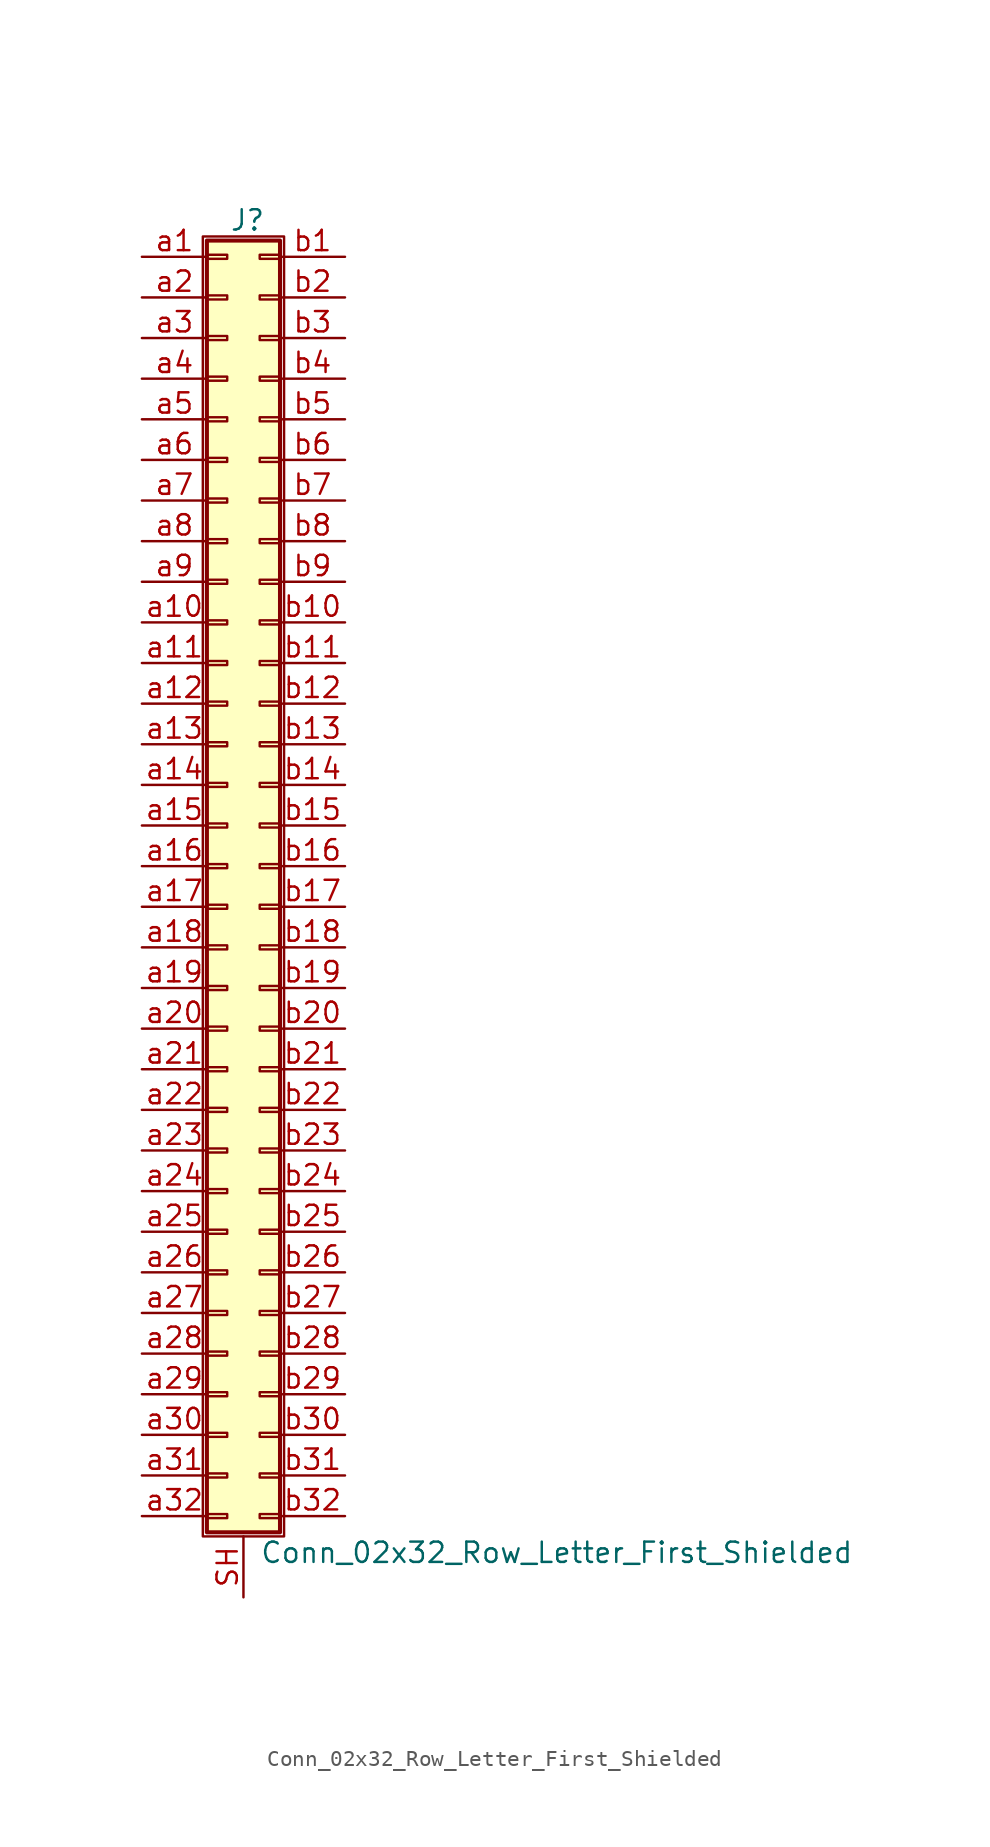
<source format=kicad_sym>
(kicad_symbol_lib
  (version 20211014)
  (generator kicad_symbol_editor)
  (symbol "Conn_02x32_Row_Letter_First_Shielded"
    (pin_names
      (offset 1.016) hide)
    (property "Reference" "J"
      (at 1.524 40.386 0)
      (effects (font (size 1.27 1.27))))
    (property "Value" "Conn_02x32_Row_Letter_First_Shielded"
      (at 2.286 -42.926 0)
      (effects (font (size 1.27 1.27)) (justify left)))
    (symbol "Conn_02x32_Row_Letter_First_Shielded_1_1"
      (rectangle (start -1.27 39.37) (end 3.81 -41.91) (stroke (width 0.152) (type default) (color 0 0 0 0)) (fill (type none)))
      (rectangle (start -1.016 -40.513) (end 0.254 -40.767) (stroke (width 0.152) (type default) (color 0 0 0 0)) (fill (type none)))
      (rectangle (start -1.016 -37.973) (end 0.254 -38.227) (stroke (width 0.152) (type default) (color 0 0 0 0)) (fill (type none)))
      (rectangle (start -1.016 -35.433) (end 0.254 -35.687) (stroke (width 0.152) (type default) (color 0 0 0 0)) (fill (type none)))
      (rectangle (start -1.016 -32.893) (end 0.254 -33.147) (stroke (width 0.152) (type default) (color 0 0 0 0)) (fill (type none)))
      (rectangle (start -1.016 -30.353) (end 0.254 -30.607) (stroke (width 0.152) (type default) (color 0 0 0 0)) (fill (type none)))
      (rectangle (start -1.016 -27.813) (end 0.254 -28.067) (stroke (width 0.152) (type default) (color 0 0 0 0)) (fill (type none)))
      (rectangle (start -1.016 -25.273) (end 0.254 -25.527) (stroke (width 0.152) (type default) (color 0 0 0 0)) (fill (type none)))
      (rectangle (start -1.016 -22.733) (end 0.254 -22.987) (stroke (width 0.152) (type default) (color 0 0 0 0)) (fill (type none)))
      (rectangle (start -1.016 -20.193) (end 0.254 -20.447) (stroke (width 0.152) (type default) (color 0 0 0 0)) (fill (type none)))
      (rectangle (start -1.016 -17.653) (end 0.254 -17.907) (stroke (width 0.152) (type default) (color 0 0 0 0)) (fill (type none)))
      (rectangle (start -1.016 -15.113) (end 0.254 -15.367) (stroke (width 0.152) (type default) (color 0 0 0 0)) (fill (type none)))
      (rectangle (start -1.016 -12.573) (end 0.254 -12.827) (stroke (width 0.152) (type default) (color 0 0 0 0)) (fill (type none)))
      (rectangle (start -1.016 -10.033) (end 0.254 -10.287) (stroke (width 0.152) (type default) (color 0 0 0 0)) (fill (type none)))
      (rectangle (start -1.016 -7.493) (end 0.254 -7.747) (stroke (width 0.152) (type default) (color 0 0 0 0)) (fill (type none)))
      (rectangle (start -1.016 -4.953) (end 0.254 -5.207) (stroke (width 0.152) (type default) (color 0 0 0 0)) (fill (type none)))
      (rectangle (start -1.016 -2.413) (end 0.254 -2.667) (stroke (width 0.152) (type default) (color 0 0 0 0)) (fill (type none)))
      (rectangle (start -1.016 0.127) (end 0.254 -0.127) (stroke (width 0.152) (type default) (color 0 0 0 0)) (fill (type none)))
      (rectangle (start -1.016 2.667) (end 0.254 2.413) (stroke (width 0.152) (type default) (color 0 0 0 0)) (fill (type none)))
      (rectangle (start -1.016 5.207) (end 0.254 4.953) (stroke (width 0.152) (type default) (color 0 0 0 0)) (fill (type none)))
      (rectangle (start -1.016 7.747) (end 0.254 7.493) (stroke (width 0.152) (type default) (color 0 0 0 0)) (fill (type none)))
      (rectangle (start -1.016 10.287) (end 0.254 10.033) (stroke (width 0.152) (type default) (color 0 0 0 0)) (fill (type none)))
      (rectangle (start -1.016 12.827) (end 0.254 12.573) (stroke (width 0.152) (type default) (color 0 0 0 0)) (fill (type none)))
      (rectangle (start -1.016 15.367) (end 0.254 15.113) (stroke (width 0.152) (type default) (color 0 0 0 0)) (fill (type none)))
      (rectangle (start -1.016 17.907) (end 0.254 17.653) (stroke (width 0.152) (type default) (color 0 0 0 0)) (fill (type none)))
      (rectangle (start -1.016 20.447) (end 0.254 20.193) (stroke (width 0.152) (type default) (color 0 0 0 0)) (fill (type none)))
      (rectangle (start -1.016 22.987) (end 0.254 22.733) (stroke (width 0.152) (type default) (color 0 0 0 0)) (fill (type none)))
      (rectangle (start -1.016 25.527) (end 0.254 25.273) (stroke (width 0.152) (type default) (color 0 0 0 0)) (fill (type none)))
      (rectangle (start -1.016 28.067) (end 0.254 27.813) (stroke (width 0.152) (type default) (color 0 0 0 0)) (fill (type none)))
      (rectangle (start -1.016 30.607) (end 0.254 30.353) (stroke (width 0.152) (type default) (color 0 0 0 0)) (fill (type none)))
      (rectangle (start -1.016 33.147) (end 0.254 32.893) (stroke (width 0.152) (type default) (color 0 0 0 0)) (fill (type none)))
      (rectangle (start -1.016 35.687) (end 0.254 35.433) (stroke (width 0.152) (type default) (color 0 0 0 0)) (fill (type none)))
      (rectangle (start -1.016 38.227) (end 0.254 37.973) (stroke (width 0.152) (type default) (color 0 0 0 0)) (fill (type none)))
      (rectangle (start -1.016 39.116) (end 3.556 -41.656) (stroke (width 0.254) (type default) (color 0 0 0 0)) (fill (type background)))
      (rectangle (start 3.556 -40.513) (end 2.286 -40.767) (stroke (width 0.152) (type default) (color 0 0 0 0)) (fill (type none)))
      (rectangle (start 3.556 -37.973) (end 2.286 -38.227) (stroke (width 0.152) (type default) (color 0 0 0 0)) (fill (type none)))
      (rectangle (start 3.556 -35.433) (end 2.286 -35.687) (stroke (width 0.152) (type default) (color 0 0 0 0)) (fill (type none)))
      (rectangle (start 3.556 -32.893) (end 2.286 -33.147) (stroke (width 0.152) (type default) (color 0 0 0 0)) (fill (type none)))
      (rectangle (start 3.556 -30.353) (end 2.286 -30.607) (stroke (width 0.152) (type default) (color 0 0 0 0)) (fill (type none)))
      (rectangle (start 3.556 -27.813) (end 2.286 -28.067) (stroke (width 0.152) (type default) (color 0 0 0 0)) (fill (type none)))
      (rectangle (start 3.556 -25.273) (end 2.286 -25.527) (stroke (width 0.152) (type default) (color 0 0 0 0)) (fill (type none)))
      (rectangle (start 3.556 -22.733) (end 2.286 -22.987) (stroke (width 0.152) (type default) (color 0 0 0 0)) (fill (type none)))
      (rectangle (start 3.556 -20.193) (end 2.286 -20.447) (stroke (width 0.152) (type default) (color 0 0 0 0)) (fill (type none)))
      (rectangle (start 3.556 -17.653) (end 2.286 -17.907) (stroke (width 0.152) (type default) (color 0 0 0 0)) (fill (type none)))
      (rectangle (start 3.556 -15.113) (end 2.286 -15.367) (stroke (width 0.152) (type default) (color 0 0 0 0)) (fill (type none)))
      (rectangle (start 3.556 -12.573) (end 2.286 -12.827) (stroke (width 0.152) (type default) (color 0 0 0 0)) (fill (type none)))
      (rectangle (start 3.556 -10.033) (end 2.286 -10.287) (stroke (width 0.152) (type default) (color 0 0 0 0)) (fill (type none)))
      (rectangle (start 3.556 -7.493) (end 2.286 -7.747) (stroke (width 0.152) (type default) (color 0 0 0 0)) (fill (type none)))
      (rectangle (start 3.556 -4.953) (end 2.286 -5.207) (stroke (width 0.152) (type default) (color 0 0 0 0)) (fill (type none)))
      (rectangle (start 3.556 -2.413) (end 2.286 -2.667) (stroke (width 0.152) (type default) (color 0 0 0 0)) (fill (type none)))
      (rectangle (start 3.556 0.127) (end 2.286 -0.127) (stroke (width 0.152) (type default) (color 0 0 0 0)) (fill (type none)))
      (rectangle (start 3.556 2.667) (end 2.286 2.413) (stroke (width 0.152) (type default) (color 0 0 0 0)) (fill (type none)))
      (rectangle (start 3.556 5.207) (end 2.286 4.953) (stroke (width 0.152) (type default) (color 0 0 0 0)) (fill (type none)))
      (rectangle (start 3.556 7.747) (end 2.286 7.493) (stroke (width 0.152) (type default) (color 0 0 0 0)) (fill (type none)))
      (rectangle (start 3.556 10.287) (end 2.286 10.033) (stroke (width 0.152) (type default) (color 0 0 0 0)) (fill (type none)))
      (rectangle (start 3.556 12.827) (end 2.286 12.573) (stroke (width 0.152) (type default) (color 0 0 0 0)) (fill (type none)))
      (rectangle (start 3.556 15.367) (end 2.286 15.113) (stroke (width 0.152) (type default) (color 0 0 0 0)) (fill (type none)))
      (rectangle (start 3.556 17.907) (end 2.286 17.653) (stroke (width 0.152) (type default) (color 0 0 0 0)) (fill (type none)))
      (rectangle (start 3.556 20.447) (end 2.286 20.193) (stroke (width 0.152) (type default) (color 0 0 0 0)) (fill (type none)))
      (rectangle (start 3.556 22.987) (end 2.286 22.733) (stroke (width 0.152) (type default) (color 0 0 0 0)) (fill (type none)))
      (rectangle (start 3.556 25.527) (end 2.286 25.273) (stroke (width 0.152) (type default) (color 0 0 0 0)) (fill (type none)))
      (rectangle (start 3.556 28.067) (end 2.286 27.813) (stroke (width 0.152) (type default) (color 0 0 0 0)) (fill (type none)))
      (rectangle (start 3.556 30.607) (end 2.286 30.353) (stroke (width 0.152) (type default) (color 0 0 0 0)) (fill (type none)))
      (rectangle (start 3.556 33.147) (end 2.286 32.893) (stroke (width 0.152) (type default) (color 0 0 0 0)) (fill (type none)))
      (rectangle (start 3.556 35.687) (end 2.286 35.433) (stroke (width 0.152) (type default) (color 0 0 0 0)) (fill (type none)))
      (rectangle (start 3.556 38.227) (end 2.286 37.973) (stroke (width 0.152) (type default) (color 0 0 0 0)) (fill (type none)))
      (pin passive line (at 1.27 -45.72 90) (length 3.81) (name "Shield" (effects (font (size 1.27 1.27)))) (number "SH" (effects (font (size 1.27 1.27)))))
      (pin passive line (at -5.08 38.1 0) (length 4.064) (name "Pin_a1" (effects (font (size 1.27 1.27)))) (number "a1" (effects (font (size 1.27 1.27)))))
      (pin passive line (at -5.08 15.24 0) (length 4.064) (name "Pin_a10" (effects (font (size 1.27 1.27)))) (number "a10" (effects (font (size 1.27 1.27)))))
      (pin passive line (at -5.08 12.7 0) (length 4.064) (name "Pin_a11" (effects (font (size 1.27 1.27)))) (number "a11" (effects (font (size 1.27 1.27)))))
      (pin passive line (at -5.08 10.16 0) (length 4.064) (name "Pin_a12" (effects (font (size 1.27 1.27)))) (number "a12" (effects (font (size 1.27 1.27)))))
      (pin passive line (at -5.08 7.62 0) (length 4.064) (name "Pin_a13" (effects (font (size 1.27 1.27)))) (number "a13" (effects (font (size 1.27 1.27)))))
      (pin passive line (at -5.08 5.08 0) (length 4.064) (name "Pin_a14" (effects (font (size 1.27 1.27)))) (number "a14" (effects (font (size 1.27 1.27)))))
      (pin passive line (at -5.08 2.54 0) (length 4.064) (name "Pin_a15" (effects (font (size 1.27 1.27)))) (number "a15" (effects (font (size 1.27 1.27)))))
      (pin passive line (at -5.08 0 0) (length 4.064) (name "Pin_a16" (effects (font (size 1.27 1.27)))) (number "a16" (effects (font (size 1.27 1.27)))))
      (pin passive line (at -5.08 -2.54 0) (length 4.064) (name "Pin_a17" (effects (font (size 1.27 1.27)))) (number "a17" (effects (font (size 1.27 1.27)))))
      (pin passive line (at -5.08 -5.08 0) (length 4.064) (name "Pin_a18" (effects (font (size 1.27 1.27)))) (number "a18" (effects (font (size 1.27 1.27)))))
      (pin passive line (at -5.08 -7.62 0) (length 4.064) (name "Pin_a19" (effects (font (size 1.27 1.27)))) (number "a19" (effects (font (size 1.27 1.27)))))
      (pin passive line (at -5.08 35.56 0) (length 4.064) (name "Pin_a2" (effects (font (size 1.27 1.27)))) (number "a2" (effects (font (size 1.27 1.27)))))
      (pin passive line (at -5.08 -10.16 0) (length 4.064) (name "Pin_a20" (effects (font (size 1.27 1.27)))) (number "a20" (effects (font (size 1.27 1.27)))))
      (pin passive line (at -5.08 -12.7 0) (length 4.064) (name "Pin_a21" (effects (font (size 1.27 1.27)))) (number "a21" (effects (font (size 1.27 1.27)))))
      (pin passive line (at -5.08 -15.24 0) (length 4.064) (name "Pin_a22" (effects (font (size 1.27 1.27)))) (number "a22" (effects (font (size 1.27 1.27)))))
      (pin passive line (at -5.08 -17.78 0) (length 4.064) (name "Pin_a23" (effects (font (size 1.27 1.27)))) (number "a23" (effects (font (size 1.27 1.27)))))
      (pin passive line (at -5.08 -20.32 0) (length 4.064) (name "Pin_a24" (effects (font (size 1.27 1.27)))) (number "a24" (effects (font (size 1.27 1.27)))))
      (pin passive line (at -5.08 -22.86 0) (length 4.064) (name "Pin_a25" (effects (font (size 1.27 1.27)))) (number "a25" (effects (font (size 1.27 1.27)))))
      (pin passive line (at -5.08 -25.4 0) (length 4.064) (name "Pin_a26" (effects (font (size 1.27 1.27)))) (number "a26" (effects (font (size 1.27 1.27)))))
      (pin passive line (at -5.08 -27.94 0) (length 4.064) (name "Pin_a27" (effects (font (size 1.27 1.27)))) (number "a27" (effects (font (size 1.27 1.27)))))
      (pin passive line (at -5.08 -30.48 0) (length 4.064) (name "Pin_a28" (effects (font (size 1.27 1.27)))) (number "a28" (effects (font (size 1.27 1.27)))))
      (pin passive line (at -5.08 -33.02 0) (length 4.064) (name "Pin_a29" (effects (font (size 1.27 1.27)))) (number "a29" (effects (font (size 1.27 1.27)))))
      (pin passive line (at -5.08 33.02 0) (length 4.064) (name "Pin_a3" (effects (font (size 1.27 1.27)))) (number "a3" (effects (font (size 1.27 1.27)))))
      (pin passive line (at -5.08 -35.56 0) (length 4.064) (name "Pin_a30" (effects (font (size 1.27 1.27)))) (number "a30" (effects (font (size 1.27 1.27)))))
      (pin passive line (at -5.08 -38.1 0) (length 4.064) (name "Pin_a31" (effects (font (size 1.27 1.27)))) (number "a31" (effects (font (size 1.27 1.27)))))
      (pin passive line (at -5.08 -40.64 0) (length 4.064) (name "Pin_a32" (effects (font (size 1.27 1.27)))) (number "a32" (effects (font (size 1.27 1.27)))))
      (pin passive line (at -5.08 30.48 0) (length 4.064) (name "Pin_a4" (effects (font (size 1.27 1.27)))) (number "a4" (effects (font (size 1.27 1.27)))))
      (pin passive line (at -5.08 27.94 0) (length 4.064) (name "Pin_a5" (effects (font (size 1.27 1.27)))) (number "a5" (effects (font (size 1.27 1.27)))))
      (pin passive line (at -5.08 25.4 0) (length 4.064) (name "Pin_a6" (effects (font (size 1.27 1.27)))) (number "a6" (effects (font (size 1.27 1.27)))))
      (pin passive line (at -5.08 22.86 0) (length 4.064) (name "Pin_a7" (effects (font (size 1.27 1.27)))) (number "a7" (effects (font (size 1.27 1.27)))))
      (pin passive line (at -5.08 20.32 0) (length 4.064) (name "Pin_a8" (effects (font (size 1.27 1.27)))) (number "a8" (effects (font (size 1.27 1.27)))))
      (pin passive line (at -5.08 17.78 0) (length 4.064) (name "Pin_a9" (effects (font (size 1.27 1.27)))) (number "a9" (effects (font (size 1.27 1.27)))))
      (pin passive line (at 7.62 38.1 180) (length 4.064) (name "Pin_b1" (effects (font (size 1.27 1.27)))) (number "b1" (effects (font (size 1.27 1.27)))))
      (pin passive line (at 7.62 15.24 180) (length 4.064) (name "Pin_b10" (effects (font (size 1.27 1.27)))) (number "b10" (effects (font (size 1.27 1.27)))))
      (pin passive line (at 7.62 12.7 180) (length 4.064) (name "Pin_b11" (effects (font (size 1.27 1.27)))) (number "b11" (effects (font (size 1.27 1.27)))))
      (pin passive line (at 7.62 10.16 180) (length 4.064) (name "Pin_b12" (effects (font (size 1.27 1.27)))) (number "b12" (effects (font (size 1.27 1.27)))))
      (pin passive line (at 7.62 7.62 180) (length 4.064) (name "Pin_b13" (effects (font (size 1.27 1.27)))) (number "b13" (effects (font (size 1.27 1.27)))))
      (pin passive line (at 7.62 5.08 180) (length 4.064) (name "Pin_b14" (effects (font (size 1.27 1.27)))) (number "b14" (effects (font (size 1.27 1.27)))))
      (pin passive line (at 7.62 2.54 180) (length 4.064) (name "Pin_b15" (effects (font (size 1.27 1.27)))) (number "b15" (effects (font (size 1.27 1.27)))))
      (pin passive line (at 7.62 0 180) (length 4.064) (name "Pin_b16" (effects (font (size 1.27 1.27)))) (number "b16" (effects (font (size 1.27 1.27)))))
      (pin passive line (at 7.62 -2.54 180) (length 4.064) (name "Pin_b17" (effects (font (size 1.27 1.27)))) (number "b17" (effects (font (size 1.27 1.27)))))
      (pin passive line (at 7.62 -5.08 180) (length 4.064) (name "Pin_b18" (effects (font (size 1.27 1.27)))) (number "b18" (effects (font (size 1.27 1.27)))))
      (pin passive line (at 7.62 -7.62 180) (length 4.064) (name "Pin_b19" (effects (font (size 1.27 1.27)))) (number "b19" (effects (font (size 1.27 1.27)))))
      (pin passive line (at 7.62 35.56 180) (length 4.064) (name "Pin_b2" (effects (font (size 1.27 1.27)))) (number "b2" (effects (font (size 1.27 1.27)))))
      (pin passive line (at 7.62 -10.16 180) (length 4.064) (name "Pin_b20" (effects (font (size 1.27 1.27)))) (number "b20" (effects (font (size 1.27 1.27)))))
      (pin passive line (at 7.62 -12.7 180) (length 4.064) (name "Pin_b21" (effects (font (size 1.27 1.27)))) (number "b21" (effects (font (size 1.27 1.27)))))
      (pin passive line (at 7.62 -15.24 180) (length 4.064) (name "Pin_b22" (effects (font (size 1.27 1.27)))) (number "b22" (effects (font (size 1.27 1.27)))))
      (pin passive line (at 7.62 -17.78 180) (length 4.064) (name "Pin_b23" (effects (font (size 1.27 1.27)))) (number "b23" (effects (font (size 1.27 1.27)))))
      (pin passive line (at 7.62 -20.32 180) (length 4.064) (name "Pin_b24" (effects (font (size 1.27 1.27)))) (number "b24" (effects (font (size 1.27 1.27)))))
      (pin passive line (at 7.62 -22.86 180) (length 4.064) (name "Pin_b25" (effects (font (size 1.27 1.27)))) (number "b25" (effects (font (size 1.27 1.27)))))
      (pin passive line (at 7.62 -25.4 180) (length 4.064) (name "Pin_b26" (effects (font (size 1.27 1.27)))) (number "b26" (effects (font (size 1.27 1.27)))))
      (pin passive line (at 7.62 -27.94 180) (length 4.064) (name "Pin_b27" (effects (font (size 1.27 1.27)))) (number "b27" (effects (font (size 1.27 1.27)))))
      (pin passive line (at 7.62 -30.48 180) (length 4.064) (name "Pin_b28" (effects (font (size 1.27 1.27)))) (number "b28" (effects (font (size 1.27 1.27)))))
      (pin passive line (at 7.62 -33.02 180) (length 4.064) (name "Pin_b29" (effects (font (size 1.27 1.27)))) (number "b29" (effects (font (size 1.27 1.27)))))
      (pin passive line (at 7.62 33.02 180) (length 4.064) (name "Pin_b3" (effects (font (size 1.27 1.27)))) (number "b3" (effects (font (size 1.27 1.27)))))
      (pin passive line (at 7.62 -35.56 180) (length 4.064) (name "Pin_b30" (effects (font (size 1.27 1.27)))) (number "b30" (effects (font (size 1.27 1.27)))))
      (pin passive line (at 7.62 -38.1 180) (length 4.064) (name "Pin_b31" (effects (font (size 1.27 1.27)))) (number "b31" (effects (font (size 1.27 1.27)))))
      (pin passive line (at 7.62 -40.64 180) (length 4.064) (name "Pin_b32" (effects (font (size 1.27 1.27)))) (number "b32" (effects (font (size 1.27 1.27)))))
      (pin passive line (at 7.62 30.48 180) (length 4.064) (name "Pin_b4" (effects (font (size 1.27 1.27)))) (number "b4" (effects (font (size 1.27 1.27)))))
      (pin passive line (at 7.62 27.94 180) (length 4.064) (name "Pin_b5" (effects (font (size 1.27 1.27)))) (number "b5" (effects (font (size 1.27 1.27)))))
      (pin passive line (at 7.62 25.4 180) (length 4.064) (name "Pin_b6" (effects (font (size 1.27 1.27)))) (number "b6" (effects (font (size 1.27 1.27)))))
      (pin passive line (at 7.62 22.86 180) (length 4.064) (name "Pin_b7" (effects (font (size 1.27 1.27)))) (number "b7" (effects (font (size 1.27 1.27)))))
      (pin passive line (at 7.62 20.32 180) (length 4.064) (name "Pin_b8" (effects (font (size 1.27 1.27)))) (number "b8" (effects (font (size 1.27 1.27)))))
      (pin passive line (at 7.62 17.78 180) (length 4.064) (name "Pin_b9" (effects (font (size 1.27 1.27)))) (number "b9" (effects (font (size 1.27 1.27))))))))
</source>
